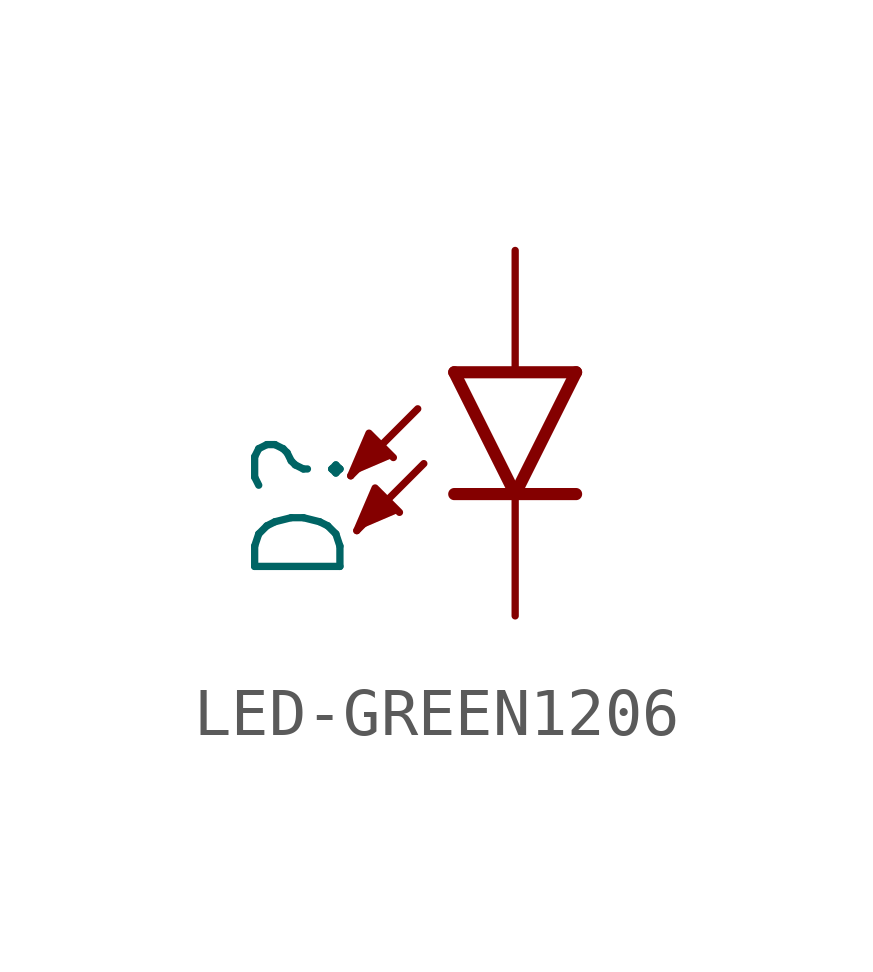
<source format=kicad_sym>
(kicad_symbol_lib
  (version 20220914)
  (generator kicad_symbol_editor)
  (symbol "LED-GREEN1206"
    (property "Reference" "D"
      (at -3.429 -4.572 90)
      (effects (font (size 1.778 1.778)) (justify left bottom)))
    (property "Value" ""
      (at 1.905 -4.572 90)
      (effects (font (size 1.778 1.778)) (justify left top)))
    (property "ki_locked" ""
      (at 0 0 0)
      (effects (font (size 1.27 1.27))))
    (symbol "LED-GREEN1206_1_0"
      (polyline (pts (xy -2.032 -0.762) (xy -3.429 -2.159)) (stroke (width 0.152) (type solid)) (fill (type none)))
      (polyline (pts (xy -1.905 -1.905) (xy -3.302 -3.302)) (stroke (width 0.152) (type solid)) (fill (type none)))
      (polyline (pts (xy 0 -2.54) (xy -1.27 -2.54)) (stroke (width 0.254) (type solid)) (fill (type none)))
      (polyline (pts (xy 0 -2.54) (xy -1.27 0)) (stroke (width 0.254) (type solid)) (fill (type none)))
      (polyline (pts (xy 1.27 -2.54) (xy 0 -2.54)) (stroke (width 0.254) (type solid)) (fill (type none)))
      (polyline (pts (xy 1.27 0) (xy -1.27 0)) (stroke (width 0.254) (type solid)) (fill (type none)))
      (polyline (pts (xy 1.27 0) (xy 0 -2.54)) (stroke (width 0.254) (type solid)) (fill (type none)))
      (polyline (pts (xy -3.429 -2.159) (xy -3.048 -1.27) (xy -2.54 -1.778)) (stroke (width 0.152) (type solid)) (fill (type outline)))
      (polyline (pts (xy -3.302 -3.302) (xy -2.921 -2.413) (xy -2.413 -2.921)) (stroke (width 0.152) (type solid)) (fill (type outline)))
      (pin passive line (at 0 2.54 270) (length 2.54) (name "A" (effects (font (size 0 0)))) (number "A" (effects (font (size 0 0)))))
      (pin passive line (at 0 -5.08 90) (length 2.54) (name "C" (effects (font (size 0 0)))) (number "C" (effects (font (size 0 0))))))))
</source>
